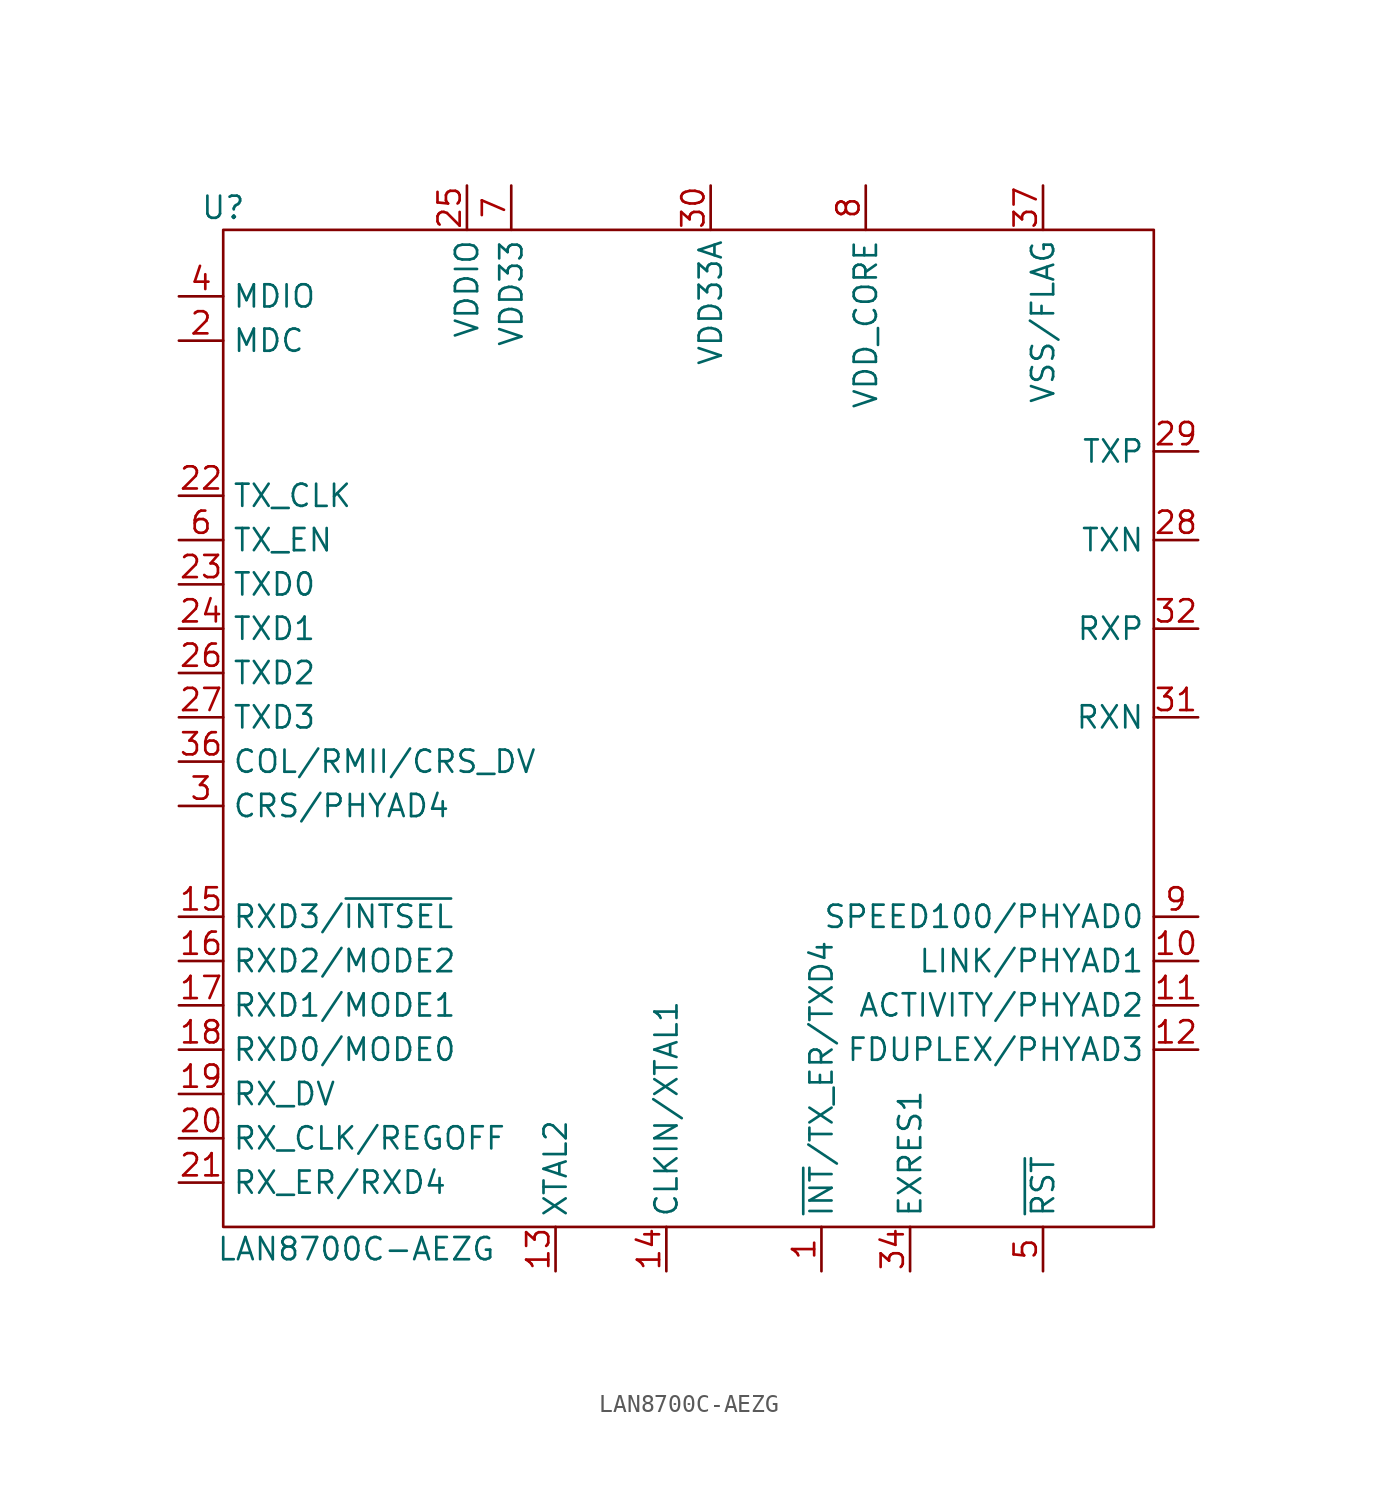
<source format=kicad_sym>
(kicad_symbol_lib
  (version 20211014)
  (generator kicad_symbol_editor)
  (symbol "LAN8700C-AEZG"
    (property "Reference" "U"
      (at 0 5.08 0)
      (effects (font (size 1.27 1.27))))
    (property "Value" "LAN8700C-AEZG"
      (at 7.62 -54.61 0)
      (effects (font (size 1.27 1.27))))
    (symbol "LAN8700C-AEZG_0_0"
      (pin unspecified line (at 34.29 -55.88 90) (length 2.54) (name "~{INT}/TX_ER/TXD4" (effects (font (size 1.27 1.27)))) (number "1" (effects (font (size 1.27 1.27)))))
      (pin unspecified line (at 55.88 -38.1 180) (length 2.54) (name "LINK/PHYAD1" (effects (font (size 1.27 1.27)))) (number "10" (effects (font (size 1.27 1.27)))))
      (pin unspecified line (at 55.88 -40.64 180) (length 2.54) (name "ACTIVITY/PHYAD2" (effects (font (size 1.27 1.27)))) (number "11" (effects (font (size 1.27 1.27)))))
      (pin unspecified line (at 55.88 -43.18 180) (length 2.54) (name "FDUPLEX/PHYAD3" (effects (font (size 1.27 1.27)))) (number "12" (effects (font (size 1.27 1.27)))))
      (pin unspecified line (at 19.05 -55.88 90) (length 2.54) (name "XTAL2" (effects (font (size 1.27 1.27)))) (number "13" (effects (font (size 1.27 1.27)))))
      (pin unspecified line (at 25.4 -55.88 90) (length 2.54) (name "CLKIN/XTAL1" (effects (font (size 1.27 1.27)))) (number "14" (effects (font (size 1.27 1.27)))))
      (pin unspecified line (at -2.54 -35.56 0) (length 2.54) (name "RXD3/~{INTSEL}" (effects (font (size 1.27 1.27)))) (number "15" (effects (font (size 1.27 1.27)))))
      (pin unspecified line (at -2.54 -38.1 0) (length 2.54) (name "RXD2/MODE2" (effects (font (size 1.27 1.27)))) (number "16" (effects (font (size 1.27 1.27)))))
      (pin unspecified line (at -2.54 -40.64 0) (length 2.54) (name "RXD1/MODE1" (effects (font (size 1.27 1.27)))) (number "17" (effects (font (size 1.27 1.27)))))
      (pin unspecified line (at -2.54 -43.18 0) (length 2.54) (name "RXD0/MODE0" (effects (font (size 1.27 1.27)))) (number "18" (effects (font (size 1.27 1.27)))))
      (pin unspecified line (at -2.54 -45.72 0) (length 2.54) (name "RX_DV" (effects (font (size 1.27 1.27)))) (number "19" (effects (font (size 1.27 1.27)))))
      (pin unspecified line (at -2.54 -2.54 0) (length 2.54) (name "MDC" (effects (font (size 1.27 1.27)))) (number "2" (effects (font (size 1.27 1.27)))))
      (pin unspecified line (at -2.54 -48.26 0) (length 2.54) (name "RX_CLK/REGOFF" (effects (font (size 1.27 1.27)))) (number "20" (effects (font (size 1.27 1.27)))))
      (pin unspecified line (at -2.54 -50.8 0) (length 2.54) (name "RX_ER/RXD4" (effects (font (size 1.27 1.27)))) (number "21" (effects (font (size 1.27 1.27)))))
      (pin unspecified line (at -2.54 -11.43 0) (length 2.54) (name "TX_CLK" (effects (font (size 1.27 1.27)))) (number "22" (effects (font (size 1.27 1.27)))))
      (pin unspecified line (at -2.54 -16.51 0) (length 2.54) (name "TXD0" (effects (font (size 1.27 1.27)))) (number "23" (effects (font (size 1.27 1.27)))))
      (pin unspecified line (at -2.54 -19.05 0) (length 2.54) (name "TXD1" (effects (font (size 1.27 1.27)))) (number "24" (effects (font (size 1.27 1.27)))))
      (pin unspecified line (at 13.97 6.35 270) (length 2.54) (name "VDDIO" (effects (font (size 1.27 1.27)))) (number "25" (effects (font (size 1.27 1.27)))))
      (pin unspecified line (at -2.54 -21.59 0) (length 2.54) (name "TXD2" (effects (font (size 1.27 1.27)))) (number "26" (effects (font (size 1.27 1.27)))))
      (pin unspecified line (at -2.54 -24.13 0) (length 2.54) (name "TXD3" (effects (font (size 1.27 1.27)))) (number "27" (effects (font (size 1.27 1.27)))))
      (pin unspecified line (at 55.88 -13.97 180) (length 2.54) (name "TXN" (effects (font (size 1.27 1.27)))) (number "28" (effects (font (size 1.27 1.27)))))
      (pin unspecified line (at 55.88 -8.89 180) (length 2.54) (name "TXP" (effects (font (size 1.27 1.27)))) (number "29" (effects (font (size 1.27 1.27)))))
      (pin unspecified line (at -2.54 -29.21 0) (length 2.54) (name "CRS/PHYAD4" (effects (font (size 1.27 1.27)))) (number "3" (effects (font (size 1.27 1.27)))))
      (pin unspecified line (at 27.94 6.35 270) (length 2.54) (name "VDD33A" (effects (font (size 1.27 1.27)))) (number "30" (effects (font (size 1.27 1.27)))))
      (pin unspecified line (at 55.88 -24.13 180) (length 2.54) (name "RXN" (effects (font (size 1.27 1.27)))) (number "31" (effects (font (size 1.27 1.27)))))
      (pin unspecified line (at 55.88 -19.05 180) (length 2.54) (name "RXP" (effects (font (size 1.27 1.27)))) (number "32" (effects (font (size 1.27 1.27)))))
      (pin unspecified line (at 27.94 6.35 270) (length 2.54) hide (name "VDD33A" (effects (font (size 1.27 1.27)))) (number "33" (effects (font (size 1.27 1.27)))))
      (pin unspecified line (at 39.37 -55.88 90) (length 2.54) (name "EXRES1" (effects (font (size 1.27 1.27)))) (number "34" (effects (font (size 1.27 1.27)))))
      (pin unspecified line (at 27.94 6.35 270) (length 2.54) hide (name "VDD33A" (effects (font (size 1.27 1.27)))) (number "35" (effects (font (size 1.27 1.27)))))
      (pin unspecified line (at -2.54 -26.67 0) (length 2.54) (name "COL/RMII/CRS_DV" (effects (font (size 1.27 1.27)))) (number "36" (effects (font (size 1.27 1.27)))))
      (pin unspecified line (at 46.99 6.35 270) (length 2.54) (name "VSS/FLAG" (effects (font (size 1.27 1.27)))) (number "37" (effects (font (size 1.27 1.27)))))
      (pin unspecified line (at -2.54 0 0) (length 2.54) (name "MDIO" (effects (font (size 1.27 1.27)))) (number "4" (effects (font (size 1.27 1.27)))))
      (pin unspecified line (at 46.99 -55.88 90) (length 2.54) (name "~{RST}" (effects (font (size 1.27 1.27)))) (number "5" (effects (font (size 1.27 1.27)))))
      (pin unspecified line (at -2.54 -13.97 0) (length 2.54) (name "TX_EN" (effects (font (size 1.27 1.27)))) (number "6" (effects (font (size 1.27 1.27)))))
      (pin unspecified line (at 16.51 6.35 270) (length 2.54) (name "VDD33" (effects (font (size 1.27 1.27)))) (number "7" (effects (font (size 1.27 1.27)))))
      (pin unspecified line (at 36.83 6.35 270) (length 2.54) (name "VDD_CORE" (effects (font (size 1.27 1.27)))) (number "8" (effects (font (size 1.27 1.27)))))
      (pin unspecified line (at 55.88 -35.56 180) (length 2.54) (name "SPEED100/PHYAD0" (effects (font (size 1.27 1.27)))) (number "9" (effects (font (size 1.27 1.27))))))
    (symbol "LAN8700C-AEZG_0_1"
      (rectangle (start 0 3.81) (end 53.34 -53.34) (stroke (width 0) (type default) (color 0 0 0 0)) (fill (type none))))))
</source>
